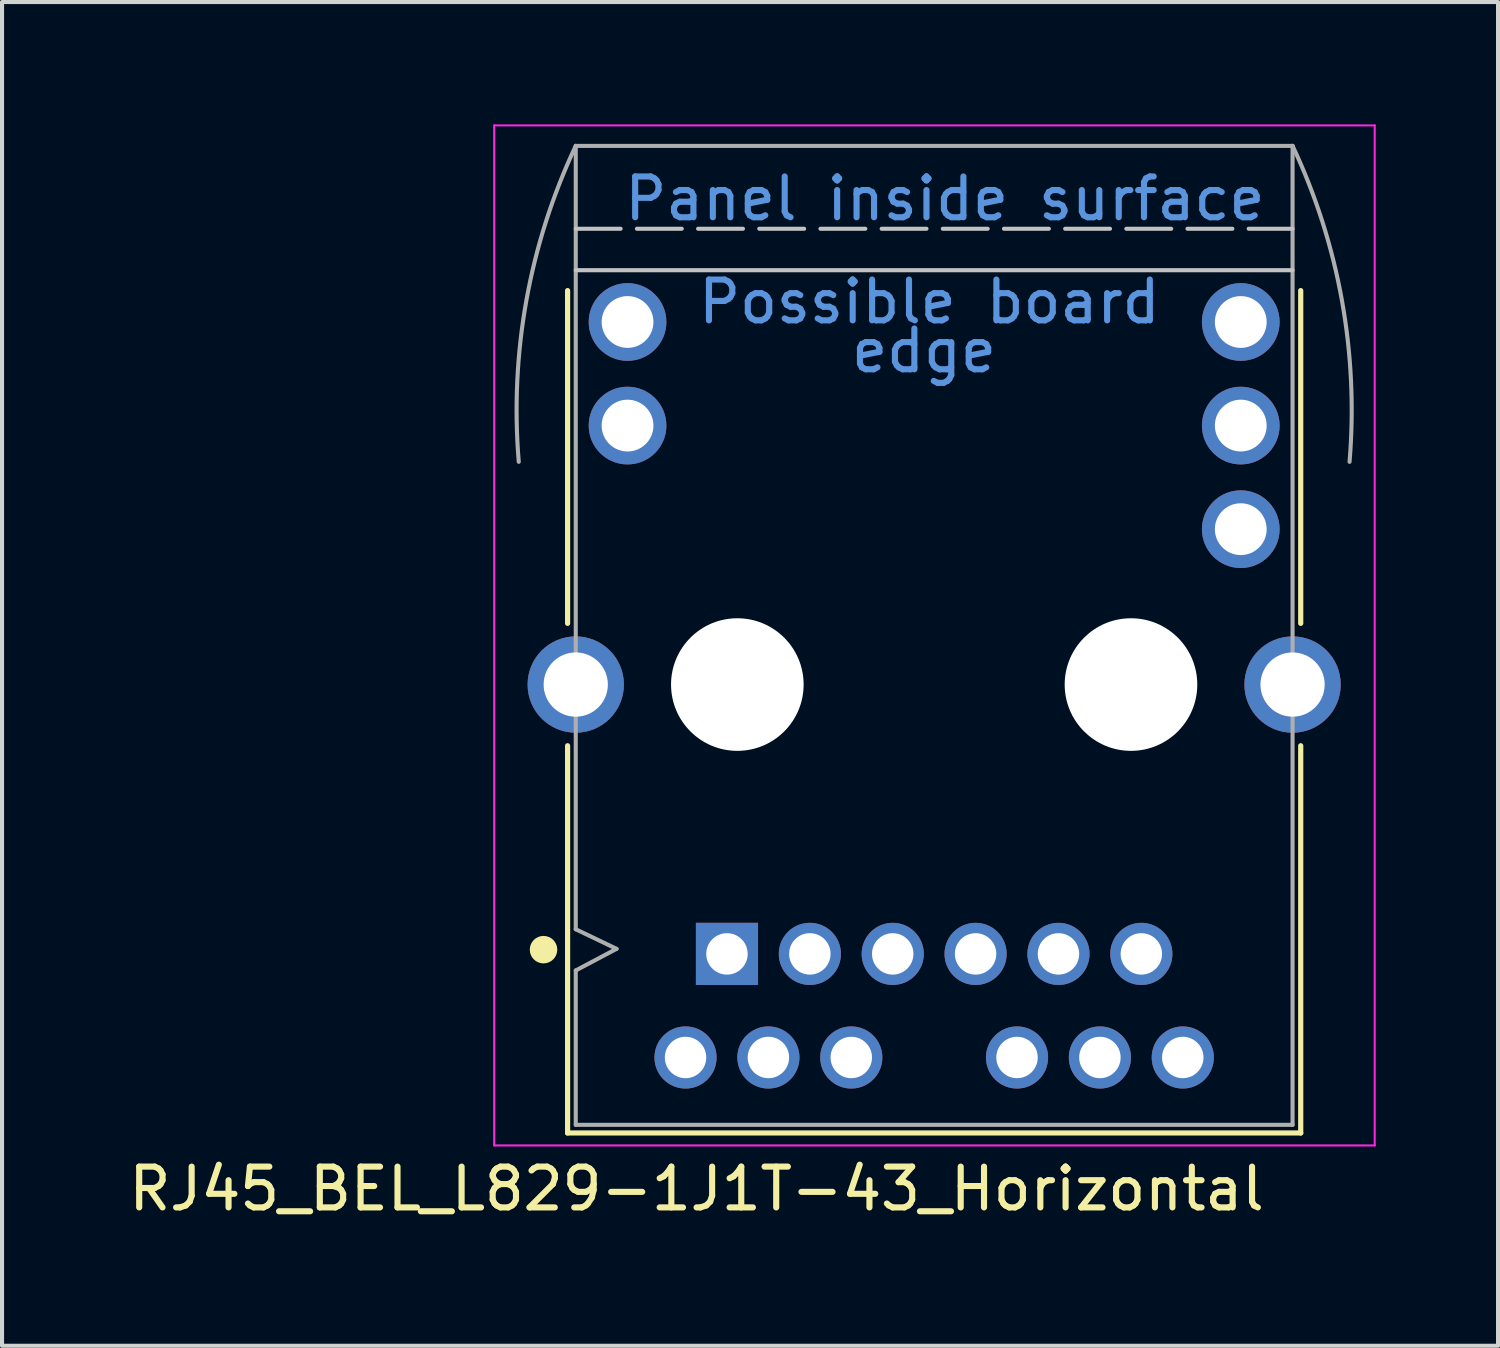
<source format=kicad_pcb>
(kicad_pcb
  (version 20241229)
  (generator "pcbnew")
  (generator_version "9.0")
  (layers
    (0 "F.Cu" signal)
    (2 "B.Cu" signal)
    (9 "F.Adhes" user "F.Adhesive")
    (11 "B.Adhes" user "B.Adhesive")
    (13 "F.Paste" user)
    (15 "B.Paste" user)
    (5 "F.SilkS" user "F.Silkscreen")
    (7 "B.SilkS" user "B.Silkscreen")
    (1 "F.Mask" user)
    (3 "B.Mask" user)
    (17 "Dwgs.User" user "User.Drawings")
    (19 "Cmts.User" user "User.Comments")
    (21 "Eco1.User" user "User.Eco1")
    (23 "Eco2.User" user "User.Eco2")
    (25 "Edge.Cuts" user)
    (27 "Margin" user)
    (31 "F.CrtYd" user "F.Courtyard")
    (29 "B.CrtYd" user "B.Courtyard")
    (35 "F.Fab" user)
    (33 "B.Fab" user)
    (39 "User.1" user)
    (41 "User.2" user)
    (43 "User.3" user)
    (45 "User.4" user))
  (footprint "RJ45_BEL_L829-1J1T-43_Horizontal"
    (layer "F.Cu")
    (at 14.775 20.339)
    (property "Reference" "RJ45_BEL_L829-1J1T-43_Horizontal" (at -0.745 5.761 0) (layer "F.SilkS") (effects (font (size 1 1) (thickness 0.15))))
    (attr through_hole)
    (fp_line (start -3.908 -8.104) (end -3.908 -16.264) (stroke (width 0.127) (type solid)) (layer "F.SilkS"))
    (fp_line (start -3.908 4.391) (end -3.908 -5.104) (stroke (width 0.127) (type solid)) (layer "F.SilkS"))
    (fp_line (start -3.908 4.391) (end 14.068 4.391) (stroke (width 0.127) (type solid)) (layer "F.SilkS"))
    (fp_line (start 14.068 -8.104) (end 14.068 -16.264) (stroke (width 0.127) (type solid)) (layer "F.SilkS"))
    (fp_line (start 14.068 4.391) (end 14.068 -5.104) (stroke (width 0.127) (type solid)) (layer "F.SilkS"))
    (fp_circle (center -4.498 -0.104) (end -4.221 -0.104) (stroke (width 0.12) (type solid)) (fill yes) (layer "F.SilkS"))
    (fp_line (start -3.708 -17.78) (end 13.868 -17.78) (stroke (width 0.1) (type dash)) (layer "Dwgs.User"))
    (fp_line (start -3.708 -16.764) (end 13.868 -16.764) (stroke (width 0.1) (type default)) (layer "Dwgs.User"))
    (fp_line (start -5.708 -20.314) (end 15.882 -20.314) (stroke (width 0.05) (type solid)) (layer "F.CrtYd"))
    (fp_line (start -5.708 4.696) (end -5.708 -20.314) (stroke (width 0.05) (type solid)) (layer "F.CrtYd"))
    (fp_line (start 15.882 -20.314) (end 15.882 4.696) (stroke (width 0.05) (type solid)) (layer "F.CrtYd"))
    (fp_line (start 15.882 4.696) (end -5.708 4.696) (stroke (width 0.05) (type solid)) (layer "F.CrtYd"))
    (fp_line (start -3.708 -19.812) (end -3.708 -0.604) (stroke (width 0.1) (type solid)) (layer "F.Fab"))
    (fp_line (start -3.708 0.406) (end -3.708 4.191) (stroke (width 0.1) (type solid)) (layer "F.Fab"))
    (fp_line (start -3.708 4.191) (end 13.868 4.191) (stroke (width 0.1) (type solid)) (layer "F.Fab"))
    (fp_line (start -2.708 -0.124) (end -3.708 -0.604) (stroke (width 0.1) (type default)) (layer "F.Fab"))
    (fp_line (start -2.708 -0.124) (end -3.708 0.406) (stroke (width 0.1) (type default)) (layer "F.Fab"))
    (fp_line (start 13.868 -19.812) (end -3.708 -19.812) (stroke (width 0.1) (type solid)) (layer "F.Fab"))
    (fp_line (start 13.868 4.191) (end 13.868 -19.812) (stroke (width 0.1) (type solid)) (layer "F.Fab"))
    (fp_arc (start -5.1054 -12.065) (mid -4.916855 -16.030459) (end -3.7084 -19.812) (stroke (width 0.1) (type solid)) (layer "F.Fab"))
    (fp_arc (start 13.8684 -19.812) (mid 15.076854 -16.030459) (end 15.2654 -12.065) (stroke (width 0.1) (type solid)) (layer "F.Fab"))
    (fp_text user "Panel inside surface" (at -2.588 -17.932 0) (unlocked yes) (layer "Cmts.User") (effects (font (size 1 1) (thickness 0.15)) (justify left bottom)))
    (fp_text user "Possible board" (at -0.778 -15.404 0) (unlocked yes) (layer "Cmts.User") (effects (font (size 1 1) (thickness 0.15)) (justify left bottom)))
    (fp_text user "edge" (at 2.972 -14.204 0) (unlocked yes) (layer "Cmts.User") (effects (font (size 1 1) (thickness 0.15)) (justify left bottom)))
    (pad "" np_thru_hole circle (at 0.254 -6.604) (size 3.251 3.251) (drill 3.251) (layers "*.Cu" "*.Mask"))
    (pad "" np_thru_hole circle (at 9.906 -6.604) (size 3.251 3.251) (drill 3.251) (layers "*.Cu" "*.Mask"))
    (pad "1" thru_hole rect (at 0 0) (size 1.524 1.524) (drill 1.016) (layers "*.Cu" "*.Mask"))
    (pad "2" thru_hole circle (at 2.032 0) (size 1.524 1.524) (drill 1.016) (layers "*.Cu" "*.Mask"))
    (pad "3" thru_hole circle (at 4.064 0) (size 1.524 1.524) (drill 1.016) (layers "*.Cu" "*.Mask"))
    (pad "4" thru_hole circle (at 6.096 0) (size 1.524 1.524) (drill 1.016) (layers "*.Cu" "*.Mask"))
    (pad "5" thru_hole circle (at 8.128 0) (size 1.524 1.524) (drill 1.016) (layers "*.Cu" "*.Mask"))
    (pad "6" thru_hole circle (at 10.16 0) (size 1.524 1.524) (drill 1.016) (layers "*.Cu" "*.Mask"))
    (pad "7" thru_hole circle (at -1.016 2.54) (size 1.524 1.524) (drill 1.016) (layers "*.Cu" "*.Mask"))
    (pad "8" thru_hole circle (at 1.016 2.54) (size 1.524 1.524) (drill 1.016) (layers "*.Cu" "*.Mask"))
    (pad "9" thru_hole circle (at 3.048 2.54) (size 1.524 1.524) (drill 1.016) (layers "*.Cu" "*.Mask"))
    (pad "10" thru_hole circle (at 7.112 2.54) (size 1.524 1.524) (drill 1.016) (layers "*.Cu" "*.Mask"))
    (pad "11" thru_hole circle (at 9.144 2.54) (size 1.524 1.524) (drill 1.016) (layers "*.Cu" "*.Mask"))
    (pad "12" thru_hole circle (at 11.176 2.54) (size 1.524 1.524) (drill 1.016) (layers "*.Cu" "*.Mask"))
    (pad "13" thru_hole circle (at -2.438 -12.954) (size 1.905 1.905) (drill 1.27) (layers "*.Cu" "*.Mask"))
    (pad "14" thru_hole circle (at -2.438 -15.494) (size 1.905 1.905) (drill 1.27) (layers "*.Cu" "*.Mask"))
    (pad "15" thru_hole circle (at 12.598 -10.414) (size 1.905 1.905) (drill 1.27) (layers "*.Cu" "*.Mask"))
    (pad "16" thru_hole circle (at 12.598 -12.954) (size 1.905 1.905) (drill 1.27) (layers "*.Cu" "*.Mask"))
    (pad "17" thru_hole circle (at 12.598 -15.494) (size 1.905 1.905) (drill 1.27) (layers "*.Cu" "*.Mask"))
    (pad "S1" thru_hole circle (at -3.708 -6.604) (size 2.362 2.362) (drill 1.575) (layers "*.Cu" "*.Mask"))
    (pad "S2" thru_hole circle (at 13.868 -6.604) (size 2.362 2.362) (drill 1.575) (layers "*.Cu" "*.Mask")))
  (gr_rect
    (start -3 -3)
    (end 33.681 29.948)
    (stroke (width 0.1) (type default))
    (fill no)
    (layer "Edge.Cuts")))
</source>
